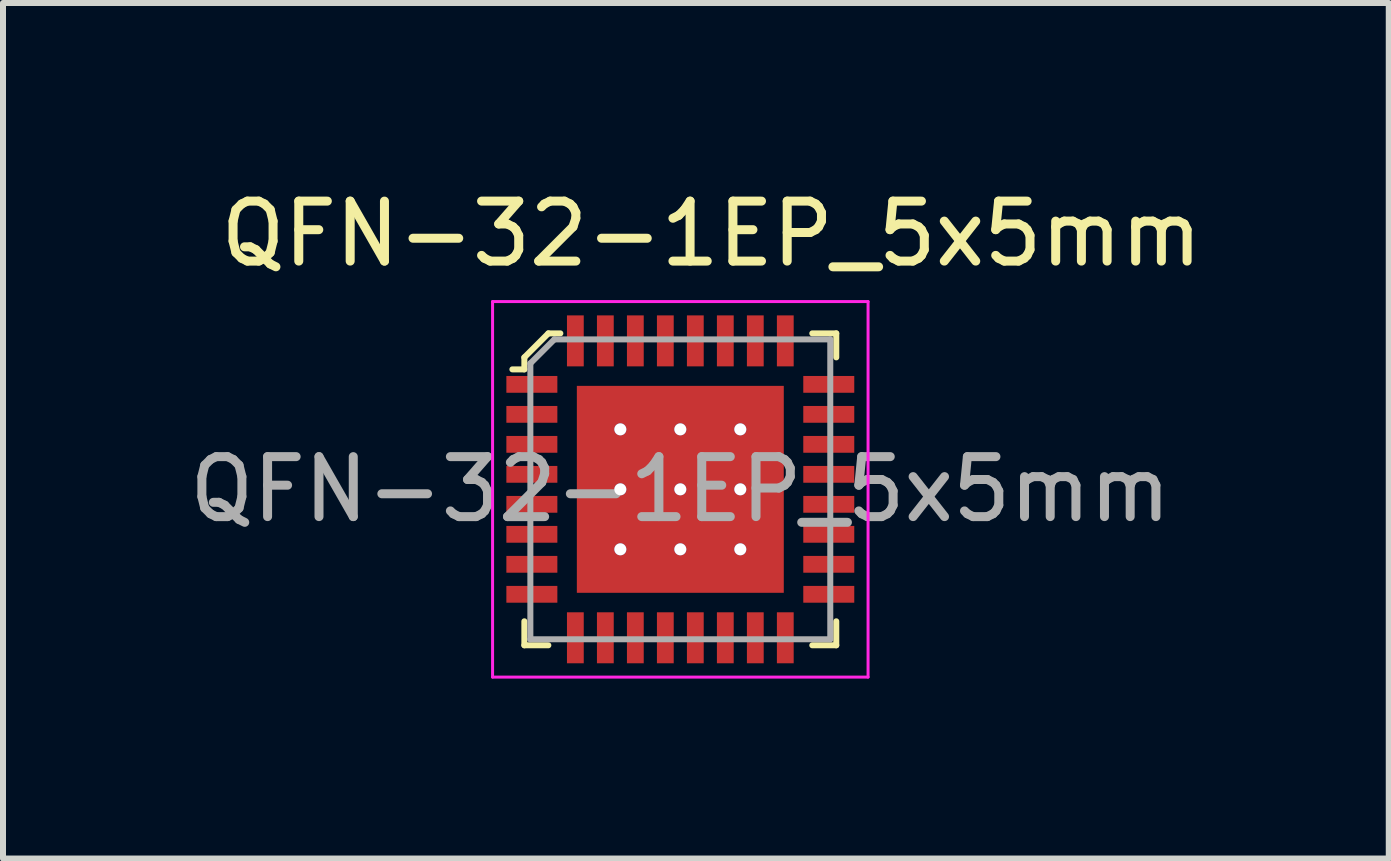
<source format=kicad_pcb>
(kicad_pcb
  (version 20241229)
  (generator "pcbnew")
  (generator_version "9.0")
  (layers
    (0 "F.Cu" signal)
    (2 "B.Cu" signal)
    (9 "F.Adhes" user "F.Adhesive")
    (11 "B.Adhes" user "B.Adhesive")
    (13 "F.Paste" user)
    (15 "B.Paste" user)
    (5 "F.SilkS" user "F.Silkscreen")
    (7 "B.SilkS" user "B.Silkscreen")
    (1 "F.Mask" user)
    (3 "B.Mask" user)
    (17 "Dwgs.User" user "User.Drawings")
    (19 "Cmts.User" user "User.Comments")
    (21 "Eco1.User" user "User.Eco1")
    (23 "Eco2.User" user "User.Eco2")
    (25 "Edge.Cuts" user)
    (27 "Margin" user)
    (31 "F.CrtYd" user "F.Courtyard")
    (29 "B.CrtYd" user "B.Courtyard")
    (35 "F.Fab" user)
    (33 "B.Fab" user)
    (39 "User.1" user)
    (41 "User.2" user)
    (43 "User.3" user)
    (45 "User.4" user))
  (footprint "QFN-32-1EP_5x5mm"
    (layer "F.Cu")
    (at 8.812 5.558)
    (property "Reference" "QFN-32-1EP_5x5mm" (at 0 -4.71 0) (layer "F.SilkS") (effects (font (size 1 1) (thickness 0.15))))
    (attr through_hole)
    (fp_line (start -3.12 -2.65) (end -3.12 -2.45) (stroke (width 0.1) (type solid)) (layer "F.SilkS"))
    (fp_line (start -3.12 -2.45) (end -3.32 -2.45) (stroke (width 0.1) (type solid)) (layer "F.SilkS"))
    (fp_line (start -3.12 2.15) (end -3.12 1.75) (stroke (width 0.1) (type solid)) (layer "F.SilkS"))
    (fp_line (start -2.72 -3.05) (end -3.12 -2.65) (stroke (width 0.1) (type solid)) (layer "F.SilkS"))
    (fp_line (start -2.72 2.15) (end -3.12 2.15) (stroke (width 0.1) (type solid)) (layer "F.SilkS"))
    (fp_line (start -2.52 -3.05) (end -2.72 -3.05) (stroke (width 0.1) (type solid)) (layer "F.SilkS"))
    (fp_line (start 2.08 -3.05) (end 1.68 -3.05) (stroke (width 0.1) (type solid)) (layer "F.SilkS"))
    (fp_line (start 2.08 -3.05) (end 2.08 -2.65) (stroke (width 0.1) (type solid)) (layer "F.SilkS"))
    (fp_line (start 2.08 1.75) (end 2.08 2.15) (stroke (width 0.1) (type solid)) (layer "F.SilkS"))
    (fp_line (start 2.08 2.15) (end 1.68 2.15) (stroke (width 0.1) (type solid)) (layer "F.SilkS"))
    (fp_line (start -3.65 2.68) (end -3.65 -3.58) (stroke (width 0.05) (type solid)) (layer "F.CrtYd"))
    (fp_line (start 2.61 -3.58) (end -3.65 -3.58) (stroke (width 0.05) (type solid)) (layer "F.CrtYd"))
    (fp_line (start 2.61 -3.58) (end 2.61 2.68) (stroke (width 0.05) (type solid)) (layer "F.CrtYd"))
    (fp_line (start 2.61 2.68) (end -3.65 2.68) (stroke (width 0.05) (type solid)) (layer "F.CrtYd"))
    (fp_line (start -3.02 -2.55) (end -3.02 2.05) (stroke (width 0.1) (type solid)) (layer "F.Fab"))
    (fp_line (start -2.62 -2.95) (end -3.02 -2.55) (stroke (width 0.1) (type solid)) (layer "F.Fab"))
    (fp_line (start -2.62 -2.95) (end 1.98 -2.95) (stroke (width 0.1) (type solid)) (layer "F.Fab"))
    (fp_line (start 1.98 -2.95) (end 1.98 2.05) (stroke (width 0.1) (type solid)) (layer "F.Fab"))
    (fp_line (start 1.98 2.05) (end -3.02 2.05) (stroke (width 0.1) (type solid)) (layer "F.Fab"))
    (fp_text user "${REFERENCE}" (at -0.52 -0.45 0) (layer "F.Fab") (effects (font (size 1 1) (thickness 0.15))))
    (pad "1" smd rect (at -2.995 -2.2 270) (size 0.28 0.85) (layers "F.Cu" "F.Mask" "F.Paste"))
    (pad "2" smd rect (at -2.995 -1.7 270) (size 0.28 0.85) (layers "F.Cu" "F.Mask" "F.Paste"))
    (pad "3" smd rect (at -2.995 -1.2 270) (size 0.28 0.85) (layers "F.Cu" "F.Mask" "F.Paste"))
    (pad "4" smd rect (at -2.995 -0.7 270) (size 0.28 0.85) (layers "F.Cu" "F.Mask" "F.Paste"))
    (pad "5" smd rect (at -2.995 -0.2 270) (size 0.28 0.85) (layers "F.Cu" "F.Mask" "F.Paste"))
    (pad "6" smd rect (at -2.995 0.3 270) (size 0.28 0.85) (layers "F.Cu" "F.Mask" "F.Paste"))
    (pad "7" smd rect (at -2.995 0.8 270) (size 0.28 0.85) (layers "F.Cu" "F.Mask" "F.Paste"))
    (pad "8" smd rect (at -2.995 1.3 270) (size 0.28 0.85) (layers "F.Cu" "F.Mask" "F.Paste"))
    (pad "9" smd rect (at -2.27 2.025 270) (size 0.85 0.28) (layers "F.Cu" "F.Mask" "F.Paste"))
    (pad "10" smd rect (at -1.77 2.025 270) (size 0.85 0.28) (layers "F.Cu" "F.Mask" "F.Paste"))
    (pad "11" smd rect (at -1.27 2.025 270) (size 0.85 0.28) (layers "F.Cu" "F.Mask" "F.Paste"))
    (pad "12" smd rect (at -0.77 2.025 270) (size 0.85 0.28) (layers "F.Cu" "F.Mask" "F.Paste"))
    (pad "13" smd rect (at -0.27 2.025 270) (size 0.85 0.28) (layers "F.Cu" "F.Mask" "F.Paste"))
    (pad "14" smd rect (at 0.23 2.025 270) (size 0.85 0.28) (layers "F.Cu" "F.Mask" "F.Paste"))
    (pad "15" smd rect (at 0.73 2.025 270) (size 0.85 0.28) (layers "F.Cu" "F.Mask" "F.Paste"))
    (pad "16" smd rect (at 1.23 2.025 270) (size 0.85 0.28) (layers "F.Cu" "F.Mask" "F.Paste"))
    (pad "17" smd rect (at 1.955 1.3 270) (size 0.28 0.85) (layers "F.Cu" "F.Mask" "F.Paste"))
    (pad "18" smd rect (at 1.955 0.8 270) (size 0.28 0.85) (layers "F.Cu" "F.Mask" "F.Paste"))
    (pad "19" smd rect (at 1.955 0.3 270) (size 0.28 0.85) (layers "F.Cu" "F.Mask" "F.Paste"))
    (pad "20" smd rect (at 1.955 -0.2 270) (size 0.28 0.85) (layers "F.Cu" "F.Mask" "F.Paste"))
    (pad "21" smd rect (at 1.955 -0.7 270) (size 0.28 0.85) (layers "F.Cu" "F.Mask" "F.Paste"))
    (pad "22" smd rect (at 1.955 -1.2 270) (size 0.28 0.85) (layers "F.Cu" "F.Mask" "F.Paste"))
    (pad "23" smd rect (at 1.955 -1.7 270) (size 0.28 0.85) (layers "F.Cu" "F.Mask" "F.Paste"))
    (pad "24" smd rect (at 1.955 -2.2 270) (size 0.28 0.85) (layers "F.Cu" "F.Mask" "F.Paste"))
    (pad "25" smd rect (at 1.23 -2.925 270) (size 0.85 0.28) (layers "F.Cu" "F.Mask" "F.Paste"))
    (pad "26" smd rect (at 0.73 -2.925 270) (size 0.85 0.28) (layers "F.Cu" "F.Mask" "F.Paste"))
    (pad "27" smd rect (at 0.23 -2.925 270) (size 0.85 0.28) (layers "F.Cu" "F.Mask" "F.Paste"))
    (pad "28" smd rect (at -0.27 -2.925 270) (size 0.85 0.28) (layers "F.Cu" "F.Mask" "F.Paste"))
    (pad "29" smd rect (at -0.77 -2.925 270) (size 0.85 0.28) (layers "F.Cu" "F.Mask" "F.Paste"))
    (pad "30" smd rect (at -1.27 -2.925 270) (size 0.85 0.28) (layers "F.Cu" "F.Mask" "F.Paste"))
    (pad "31" smd rect (at -1.77 -2.925 270) (size 0.85 0.28) (layers "F.Cu" "F.Mask" "F.Paste"))
    (pad "32" smd rect (at -2.27 -2.925 270) (size 0.85 0.28) (layers "F.Cu" "F.Mask" "F.Paste"))
    (pad "33" thru_hole circle (at -1.52 -1.45 270) (size 0.2 0.2) (drill 0.2) (layers "*.Cu" "*.Mask"))
    (pad "33" thru_hole circle (at -1.52 -0.45 270) (size 0.2 0.2) (drill 0.2) (layers "*.Cu" "*.Mask"))
    (pad "33" thru_hole circle (at -1.52 0.55 270) (size 0.2 0.2) (drill 0.2) (layers "*.Cu" "*.Mask"))
    (pad "33" thru_hole circle (at -0.52 -1.45 270) (size 0.2 0.2) (drill 0.2) (layers "*.Cu" "*.Mask"))
    (pad "33" thru_hole circle (at -0.52 -0.45 270) (size 0.2 0.2) (drill 0.2) (layers "*.Cu" "*.Mask"))
    (pad "33" smd rect (at -0.52 -0.45 270) (size 3.45 3.45) (layers "F.Cu" "F.Mask" "F.Paste"))
    (pad "33" thru_hole circle (at -0.52 0.55 270) (size 0.2 0.2) (drill 0.2) (layers "*.Cu" "*.Mask"))
    (pad "33" thru_hole circle (at 0.48 -1.45 270) (size 0.2 0.2) (drill 0.2) (layers "*.Cu" "*.Mask"))
    (pad "33" thru_hole circle (at 0.48 -0.45 270) (size 0.2 0.2) (drill 0.2) (layers "*.Cu" "*.Mask"))
    (pad "33" thru_hole circle (at 0.48 0.55 270) (size 0.2 0.2) (drill 0.2) (layers "*.Cu" "*.Mask")))
  (gr_rect
    (start -3 -3)
    (end 20.103 11.263)
    (stroke (width 0.1) (type default))
    (fill no)
    (layer "Edge.Cuts")))
</source>
